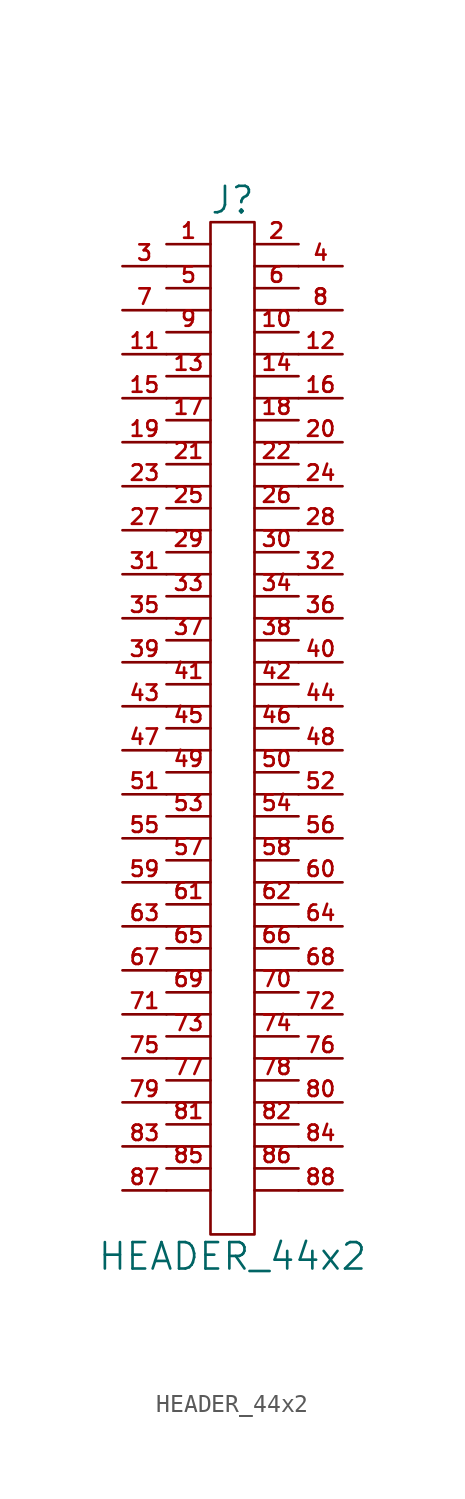
<source format=kicad_sym>
(kicad_symbol_lib
  (version 20220914)
  (generator kicad_symbol_editor)
  (symbol "HEADER_44x2"
    (pin_names
      (offset 0))
    (property "Reference" "J"
      (at 0 30.48 0)
      (effects (font (size 1.524 1.524))))
    (property "Value" "HEADER_44x2"
      (at 0 -30.48 0)
      (effects (font (size 1.524 1.524))))
    (property "Footprint" ""
      (at 0 3.81 0)
      (effects (font (size 1.524 1.524))))
    (property "Datasheet" ""
      (at 0 0 0)
      (effects (font (size 1.524 1.524))))
    (symbol "HEADER_44x2_0_1"
      (polyline (pts (xy -3.81 -26.67) (xy -1.27 -26.67)) (stroke (width 0) (type solid)) (fill (type none)))
      (polyline (pts (xy -3.81 -24.13) (xy -1.27 -24.13)) (stroke (width 0) (type solid)) (fill (type none)))
      (polyline (pts (xy -3.81 -21.59) (xy -1.27 -21.59)) (stroke (width 0) (type solid)) (fill (type none)))
      (polyline (pts (xy -3.81 -19.05) (xy -1.27 -19.05)) (stroke (width 0) (type solid)) (fill (type none)))
      (polyline (pts (xy -3.81 -16.51) (xy -1.27 -16.51)) (stroke (width 0) (type solid)) (fill (type none)))
      (polyline (pts (xy -3.81 -13.97) (xy -1.27 -13.97)) (stroke (width 0) (type solid)) (fill (type none)))
      (polyline (pts (xy -3.81 -11.43) (xy -1.27 -11.43)) (stroke (width 0) (type solid)) (fill (type none)))
      (polyline (pts (xy -3.81 -8.89) (xy -1.27 -8.89)) (stroke (width 0) (type solid)) (fill (type none)))
      (polyline (pts (xy -3.81 -6.35) (xy -1.27 -6.35)) (stroke (width 0) (type solid)) (fill (type none)))
      (polyline (pts (xy -3.81 -3.81) (xy -1.27 -3.81)) (stroke (width 0) (type solid)) (fill (type none)))
      (polyline (pts (xy -3.81 -1.27) (xy -1.27 -1.27)) (stroke (width 0) (type solid)) (fill (type none)))
      (polyline (pts (xy -3.81 1.27) (xy -1.27 1.27)) (stroke (width 0) (type solid)) (fill (type none)))
      (polyline (pts (xy -3.81 3.81) (xy -1.27 3.81)) (stroke (width 0) (type solid)) (fill (type none)))
      (polyline (pts (xy -3.81 6.35) (xy -1.27 6.35)) (stroke (width 0) (type solid)) (fill (type none)))
      (polyline (pts (xy -3.81 8.89) (xy -1.27 8.89)) (stroke (width 0) (type solid)) (fill (type none)))
      (polyline (pts (xy -3.81 11.43) (xy -1.27 11.43)) (stroke (width 0) (type solid)) (fill (type none)))
      (polyline (pts (xy -3.81 13.97) (xy -1.27 13.97)) (stroke (width 0) (type solid)) (fill (type none)))
      (polyline (pts (xy -3.81 16.51) (xy -1.27 16.51)) (stroke (width 0) (type solid)) (fill (type none)))
      (polyline (pts (xy -3.81 19.05) (xy -1.27 19.05)) (stroke (width 0) (type solid)) (fill (type none)))
      (polyline (pts (xy -3.81 21.59) (xy -1.27 21.59)) (stroke (width 0) (type solid)) (fill (type none)))
      (polyline (pts (xy -3.81 24.13) (xy -1.27 24.13)) (stroke (width 0) (type solid)) (fill (type none)))
      (polyline (pts (xy -3.81 26.67) (xy -1.27 26.67)) (stroke (width 0) (type solid)) (fill (type none)))
      (polyline (pts (xy 1.27 -26.67) (xy 3.81 -26.67)) (stroke (width 0) (type solid)) (fill (type none)))
      (polyline (pts (xy 1.27 -24.13) (xy 3.81 -24.13)) (stroke (width 0) (type solid)) (fill (type none)))
      (polyline (pts (xy 1.27 -21.59) (xy 3.81 -21.59)) (stroke (width 0) (type solid)) (fill (type none)))
      (polyline (pts (xy 1.27 -19.05) (xy 3.81 -19.05)) (stroke (width 0) (type solid)) (fill (type none)))
      (polyline (pts (xy 1.27 -16.51) (xy 3.81 -16.51)) (stroke (width 0) (type solid)) (fill (type none)))
      (polyline (pts (xy 1.27 -13.97) (xy 3.81 -13.97)) (stroke (width 0) (type solid)) (fill (type none)))
      (polyline (pts (xy 1.27 -11.43) (xy 3.81 -11.43)) (stroke (width 0) (type solid)) (fill (type none)))
      (polyline (pts (xy 1.27 -8.89) (xy 3.81 -8.89)) (stroke (width 0) (type solid)) (fill (type none)))
      (polyline (pts (xy 1.27 -6.35) (xy 3.81 -6.35)) (stroke (width 0) (type solid)) (fill (type none)))
      (polyline (pts (xy 1.27 -3.81) (xy 3.81 -3.81)) (stroke (width 0) (type solid)) (fill (type none)))
      (polyline (pts (xy 1.27 -1.27) (xy 3.81 -1.27)) (stroke (width 0) (type solid)) (fill (type none)))
      (polyline (pts (xy 1.27 1.27) (xy 3.81 1.27)) (stroke (width 0) (type solid)) (fill (type none)))
      (polyline (pts (xy 1.27 3.81) (xy 3.81 3.81)) (stroke (width 0) (type solid)) (fill (type none)))
      (polyline (pts (xy 1.27 6.35) (xy 3.81 6.35)) (stroke (width 0) (type solid)) (fill (type none)))
      (polyline (pts (xy 1.27 8.89) (xy 3.81 8.89)) (stroke (width 0) (type solid)) (fill (type none)))
      (polyline (pts (xy 1.27 11.43) (xy 3.81 11.43)) (stroke (width 0) (type solid)) (fill (type none)))
      (polyline (pts (xy 1.27 13.97) (xy 3.81 13.97)) (stroke (width 0) (type solid)) (fill (type none)))
      (polyline (pts (xy 1.27 16.51) (xy 3.81 16.51)) (stroke (width 0) (type solid)) (fill (type none)))
      (polyline (pts (xy 1.27 19.05) (xy 3.81 19.05)) (stroke (width 0) (type solid)) (fill (type none)))
      (polyline (pts (xy 1.27 21.59) (xy 3.81 21.59)) (stroke (width 0) (type solid)) (fill (type none)))
      (polyline (pts (xy 1.27 24.13) (xy 3.81 24.13)) (stroke (width 0) (type solid)) (fill (type none)))
      (polyline (pts (xy 1.27 26.67) (xy 3.81 26.67)) (stroke (width 0) (type solid)) (fill (type none)))
      (rectangle (start 1.27 -29.21) (end -1.27 29.21) (stroke (width 0) (type solid)) (fill (type none))))
    (symbol "HEADER_44x2_1_1"
      (pin passive line (at -3.81 27.94 0) (length 2.54) (name "~" (effects (font (size 1.27 1.27)))) (number "1" (effects (font (size 0.889 0.889)))))
      (pin passive line (at 3.81 22.86 180) (length 2.54) (name "~" (effects (font (size 1.27 1.27)))) (number "10" (effects (font (size 0.889 0.889)))))
      (pin passive line (at -6.35 21.59 0) (length 2.54) (name "~" (effects (font (size 1.27 1.27)))) (number "11" (effects (font (size 0.889 0.889)))))
      (pin passive line (at 6.35 21.59 180) (length 2.54) (name "~" (effects (font (size 1.27 1.27)))) (number "12" (effects (font (size 0.889 0.889)))))
      (pin passive line (at -3.81 20.32 0) (length 2.54) (name "~" (effects (font (size 1.27 1.27)))) (number "13" (effects (font (size 0.889 0.889)))))
      (pin passive line (at 3.81 20.32 180) (length 2.54) (name "~" (effects (font (size 1.27 1.27)))) (number "14" (effects (font (size 0.889 0.889)))))
      (pin passive line (at -6.35 19.05 0) (length 2.54) (name "~" (effects (font (size 1.27 1.27)))) (number "15" (effects (font (size 0.889 0.889)))))
      (pin passive line (at 6.35 19.05 180) (length 2.54) (name "~" (effects (font (size 1.27 1.27)))) (number "16" (effects (font (size 0.889 0.889)))))
      (pin passive line (at -3.81 17.78 0) (length 2.54) (name "~" (effects (font (size 1.27 1.27)))) (number "17" (effects (font (size 0.889 0.889)))))
      (pin passive line (at 3.81 17.78 180) (length 2.54) (name "~" (effects (font (size 1.27 1.27)))) (number "18" (effects (font (size 0.889 0.889)))))
      (pin passive line (at -6.35 16.51 0) (length 2.54) (name "~" (effects (font (size 1.27 1.27)))) (number "19" (effects (font (size 0.889 0.889)))))
      (pin passive line (at 3.81 27.94 180) (length 2.54) (name "~" (effects (font (size 1.27 1.27)))) (number "2" (effects (font (size 0.889 0.889)))))
      (pin passive line (at 6.35 16.51 180) (length 2.54) (name "~" (effects (font (size 1.27 1.27)))) (number "20" (effects (font (size 0.889 0.889)))))
      (pin passive line (at -3.81 15.24 0) (length 2.54) (name "~" (effects (font (size 1.27 1.27)))) (number "21" (effects (font (size 0.889 0.889)))))
      (pin passive line (at 3.81 15.24 180) (length 2.54) (name "~" (effects (font (size 1.27 1.27)))) (number "22" (effects (font (size 0.889 0.889)))))
      (pin passive line (at -6.35 13.97 0) (length 2.54) (name "~" (effects (font (size 1.27 1.27)))) (number "23" (effects (font (size 0.889 0.889)))))
      (pin passive line (at 6.35 13.97 180) (length 2.54) (name "~" (effects (font (size 1.27 1.27)))) (number "24" (effects (font (size 0.889 0.889)))))
      (pin passive line (at -3.81 12.7 0) (length 2.54) (name "~" (effects (font (size 1.27 1.27)))) (number "25" (effects (font (size 0.889 0.889)))))
      (pin passive line (at 3.81 12.7 180) (length 2.54) (name "~" (effects (font (size 1.27 1.27)))) (number "26" (effects (font (size 0.889 0.889)))))
      (pin passive line (at -6.35 11.43 0) (length 2.54) (name "~" (effects (font (size 1.27 1.27)))) (number "27" (effects (font (size 0.889 0.889)))))
      (pin passive line (at 6.35 11.43 180) (length 2.54) (name "~" (effects (font (size 1.27 1.27)))) (number "28" (effects (font (size 0.889 0.889)))))
      (pin passive line (at -3.81 10.16 0) (length 2.54) (name "~" (effects (font (size 1.27 1.27)))) (number "29" (effects (font (size 0.889 0.889)))))
      (pin passive line (at -6.35 26.67 0) (length 2.54) (name "~" (effects (font (size 1.27 1.27)))) (number "3" (effects (font (size 0.889 0.889)))))
      (pin passive line (at 3.81 10.16 180) (length 2.54) (name "~" (effects (font (size 1.27 1.27)))) (number "30" (effects (font (size 0.889 0.889)))))
      (pin passive line (at -6.35 8.89 0) (length 2.54) (name "~" (effects (font (size 1.27 1.27)))) (number "31" (effects (font (size 0.889 0.889)))))
      (pin passive line (at 6.35 8.89 180) (length 2.54) (name "~" (effects (font (size 1.27 1.27)))) (number "32" (effects (font (size 0.889 0.889)))))
      (pin passive line (at -3.81 7.62 0) (length 2.54) (name "~" (effects (font (size 1.27 1.27)))) (number "33" (effects (font (size 0.889 0.889)))))
      (pin passive line (at 3.81 7.62 180) (length 2.54) (name "~" (effects (font (size 1.27 1.27)))) (number "34" (effects (font (size 0.889 0.889)))))
      (pin passive line (at -6.35 6.35 0) (length 2.54) (name "~" (effects (font (size 1.27 1.27)))) (number "35" (effects (font (size 0.889 0.889)))))
      (pin passive line (at 6.35 6.35 180) (length 2.54) (name "~" (effects (font (size 1.27 1.27)))) (number "36" (effects (font (size 0.889 0.889)))))
      (pin passive line (at -3.81 5.08 0) (length 2.54) (name "~" (effects (font (size 0.889 0.889)))) (number "37" (effects (font (size 0.889 0.889)))))
      (pin passive line (at 3.81 5.08 180) (length 2.54) (name "~" (effects (font (size 1.27 1.27)))) (number "38" (effects (font (size 0.889 0.889)))))
      (pin passive line (at -6.35 3.81 0) (length 2.54) (name "~" (effects (font (size 1.27 1.27)))) (number "39" (effects (font (size 0.889 0.889)))))
      (pin passive line (at 6.35 26.67 180) (length 2.54) (name "~" (effects (font (size 1.27 1.27)))) (number "4" (effects (font (size 0.889 0.889)))))
      (pin passive line (at 6.35 3.81 180) (length 2.54) (name "~" (effects (font (size 1.27 1.27)))) (number "40" (effects (font (size 0.889 0.889)))))
      (pin passive line (at -3.81 2.54 0) (length 2.54) (name "~" (effects (font (size 1.27 1.27)))) (number "41" (effects (font (size 0.889 0.889)))))
      (pin passive line (at 3.81 2.54 180) (length 2.54) (name "~" (effects (font (size 1.27 1.27)))) (number "42" (effects (font (size 0.889 0.889)))))
      (pin passive line (at -6.35 1.27 0) (length 2.54) (name "~" (effects (font (size 1.27 1.27)))) (number "43" (effects (font (size 0.889 0.889)))))
      (pin passive line (at 6.35 1.27 180) (length 2.54) (name "~" (effects (font (size 1.27 1.27)))) (number "44" (effects (font (size 0.889 0.889)))))
      (pin passive line (at -3.81 0 0) (length 2.54) (name "~" (effects (font (size 1.27 1.27)))) (number "45" (effects (font (size 0.889 0.889)))))
      (pin passive line (at 3.81 0 180) (length 2.54) (name "~" (effects (font (size 1.27 1.27)))) (number "46" (effects (font (size 0.889 0.889)))))
      (pin passive line (at -6.35 -1.27 0) (length 2.54) (name "~" (effects (font (size 1.27 1.27)))) (number "47" (effects (font (size 0.889 0.889)))))
      (pin passive line (at 6.35 -1.27 180) (length 2.54) (name "~" (effects (font (size 1.27 1.27)))) (number "48" (effects (font (size 0.889 0.889)))))
      (pin passive line (at -3.81 -2.54 0) (length 2.54) (name "~" (effects (font (size 1.27 1.27)))) (number "49" (effects (font (size 0.889 0.889)))))
      (pin passive line (at -3.81 25.4 0) (length 2.54) (name "~" (effects (font (size 1.27 1.27)))) (number "5" (effects (font (size 0.889 0.889)))))
      (pin passive line (at 3.81 -2.54 180) (length 2.54) (name "~" (effects (font (size 1.27 1.27)))) (number "50" (effects (font (size 0.889 0.889)))))
      (pin passive line (at -6.35 -3.81 0) (length 2.54) (name "~" (effects (font (size 1.27 1.27)))) (number "51" (effects (font (size 0.889 0.889)))))
      (pin passive line (at 6.35 -3.81 180) (length 2.54) (name "~" (effects (font (size 1.27 1.27)))) (number "52" (effects (font (size 0.889 0.889)))))
      (pin passive line (at -3.81 -5.08 0) (length 2.54) (name "~" (effects (font (size 1.27 1.27)))) (number "53" (effects (font (size 0.889 0.889)))))
      (pin passive line (at 3.81 -5.08 180) (length 2.54) (name "~" (effects (font (size 1.27 1.27)))) (number "54" (effects (font (size 0.889 0.889)))))
      (pin passive line (at -6.35 -6.35 0) (length 2.54) (name "~" (effects (font (size 1.27 1.27)))) (number "55" (effects (font (size 0.889 0.889)))))
      (pin passive line (at 6.35 -6.35 180) (length 2.54) (name "~" (effects (font (size 1.27 1.27)))) (number "56" (effects (font (size 0.889 0.889)))))
      (pin passive line (at -3.81 -7.62 0) (length 2.54) (name "~" (effects (font (size 1.27 1.27)))) (number "57" (effects (font (size 0.889 0.889)))))
      (pin passive line (at 3.81 -7.62 180) (length 2.54) (name "~" (effects (font (size 1.27 1.27)))) (number "58" (effects (font (size 0.889 0.889)))))
      (pin passive line (at -6.35 -8.89 0) (length 2.54) (name "~" (effects (font (size 1.27 1.27)))) (number "59" (effects (font (size 0.889 0.889)))))
      (pin passive line (at 3.81 25.4 180) (length 2.54) (name "~" (effects (font (size 1.27 1.27)))) (number "6" (effects (font (size 0.889 0.889)))))
      (pin passive line (at 6.35 -8.89 180) (length 2.54) (name "~" (effects (font (size 1.27 1.27)))) (number "60" (effects (font (size 0.889 0.889)))))
      (pin passive line (at -3.81 -10.16 0) (length 2.54) (name "~" (effects (font (size 1.27 1.27)))) (number "61" (effects (font (size 0.889 0.889)))))
      (pin passive line (at 3.81 -10.16 180) (length 2.54) (name "~" (effects (font (size 1.27 1.27)))) (number "62" (effects (font (size 0.889 0.889)))))
      (pin passive line (at -6.35 -11.43 0) (length 2.54) (name "~" (effects (font (size 1.27 1.27)))) (number "63" (effects (font (size 0.889 0.889)))))
      (pin passive line (at 6.35 -11.43 180) (length 2.54) (name "~" (effects (font (size 1.27 1.27)))) (number "64" (effects (font (size 0.889 0.889)))))
      (pin passive line (at -3.81 -12.7 0) (length 2.54) (name "~" (effects (font (size 1.27 1.27)))) (number "65" (effects (font (size 0.889 0.889)))))
      (pin passive line (at 3.81 -12.7 180) (length 2.54) (name "~" (effects (font (size 1.27 1.27)))) (number "66" (effects (font (size 0.889 0.889)))))
      (pin passive line (at -6.35 -13.97 0) (length 2.54) (name "~" (effects (font (size 1.27 1.27)))) (number "67" (effects (font (size 0.889 0.889)))))
      (pin passive line (at 6.35 -13.97 180) (length 2.54) (name "~" (effects (font (size 1.27 1.27)))) (number "68" (effects (font (size 0.889 0.889)))))
      (pin passive line (at -3.81 -15.24 0) (length 2.54) (name "~" (effects (font (size 1.27 1.27)))) (number "69" (effects (font (size 0.889 0.889)))))
      (pin passive line (at -6.35 24.13 0) (length 2.54) (name "~" (effects (font (size 1.27 1.27)))) (number "7" (effects (font (size 0.889 0.889)))))
      (pin passive line (at 3.81 -15.24 180) (length 2.54) (name "~" (effects (font (size 1.27 1.27)))) (number "70" (effects (font (size 0.889 0.889)))))
      (pin passive line (at -6.35 -16.51 0) (length 2.54) (name "~" (effects (font (size 1.27 1.27)))) (number "71" (effects (font (size 0.889 0.889)))))
      (pin passive line (at 6.35 -16.51 180) (length 2.54) (name "~" (effects (font (size 1.27 1.27)))) (number "72" (effects (font (size 0.889 0.889)))))
      (pin passive line (at -3.81 -17.78 0) (length 2.54) (name "~" (effects (font (size 1.27 1.27)))) (number "73" (effects (font (size 0.889 0.889)))))
      (pin passive line (at 3.81 -17.78 180) (length 2.54) (name "~" (effects (font (size 1.27 1.27)))) (number "74" (effects (font (size 0.889 0.889)))))
      (pin passive line (at -6.35 -19.05 0) (length 2.54) (name "~" (effects (font (size 1.27 1.27)))) (number "75" (effects (font (size 0.889 0.889)))))
      (pin passive line (at 6.35 -19.05 180) (length 2.54) (name "~" (effects (font (size 1.27 1.27)))) (number "76" (effects (font (size 0.889 0.889)))))
      (pin passive line (at -3.81 -20.32 0) (length 2.54) (name "~" (effects (font (size 1.27 1.27)))) (number "77" (effects (font (size 0.889 0.889)))))
      (pin passive line (at 3.81 -20.32 180) (length 2.54) (name "~" (effects (font (size 1.27 1.27)))) (number "78" (effects (font (size 0.889 0.889)))))
      (pin passive line (at -6.35 -21.59 0) (length 2.54) (name "~" (effects (font (size 1.27 1.27)))) (number "79" (effects (font (size 0.889 0.889)))))
      (pin passive line (at 6.35 24.13 180) (length 2.54) (name "~" (effects (font (size 1.27 1.27)))) (number "8" (effects (font (size 0.889 0.889)))))
      (pin passive line (at 6.35 -21.59 180) (length 2.54) (name "~" (effects (font (size 1.27 1.27)))) (number "80" (effects (font (size 0.889 0.889)))))
      (pin passive line (at -3.81 -22.86 0) (length 2.54) (name "~" (effects (font (size 1.27 1.27)))) (number "81" (effects (font (size 0.889 0.889)))))
      (pin passive line (at 3.81 -22.86 180) (length 2.54) (name "~" (effects (font (size 1.27 1.27)))) (number "82" (effects (font (size 0.889 0.889)))))
      (pin passive line (at -6.35 -24.13 0) (length 2.54) (name "~" (effects (font (size 1.27 1.27)))) (number "83" (effects (font (size 0.889 0.889)))))
      (pin passive line (at 6.35 -24.13 180) (length 2.54) (name "~" (effects (font (size 1.27 1.27)))) (number "84" (effects (font (size 0.889 0.889)))))
      (pin passive line (at -3.81 -25.4 0) (length 2.54) (name "~" (effects (font (size 1.27 1.27)))) (number "85" (effects (font (size 0.889 0.889)))))
      (pin passive line (at 3.81 -25.4 180) (length 2.54) (name "~" (effects (font (size 1.27 1.27)))) (number "86" (effects (font (size 0.889 0.889)))))
      (pin passive line (at -6.35 -26.67 0) (length 2.54) (name "~" (effects (font (size 1.27 1.27)))) (number "87" (effects (font (size 0.889 0.889)))))
      (pin passive line (at 6.35 -26.67 180) (length 2.54) (name "~" (effects (font (size 1.27 1.27)))) (number "88" (effects (font (size 0.889 0.889)))))
      (pin passive line (at -3.81 22.86 0) (length 2.54) (name "~" (effects (font (size 1.27 1.27)))) (number "9" (effects (font (size 0.889 0.889))))))))
</source>
